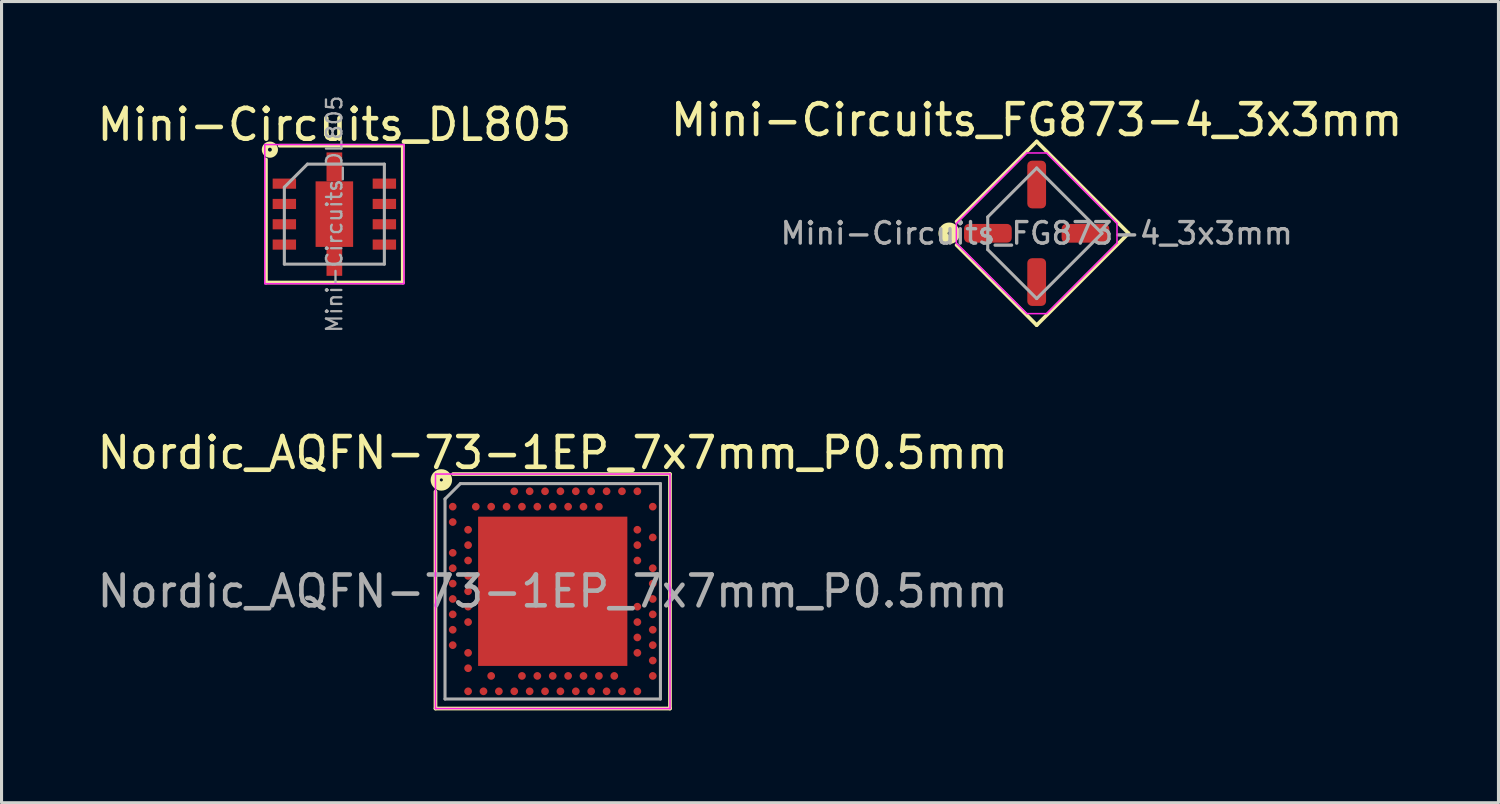
<source format=kicad_pcb>
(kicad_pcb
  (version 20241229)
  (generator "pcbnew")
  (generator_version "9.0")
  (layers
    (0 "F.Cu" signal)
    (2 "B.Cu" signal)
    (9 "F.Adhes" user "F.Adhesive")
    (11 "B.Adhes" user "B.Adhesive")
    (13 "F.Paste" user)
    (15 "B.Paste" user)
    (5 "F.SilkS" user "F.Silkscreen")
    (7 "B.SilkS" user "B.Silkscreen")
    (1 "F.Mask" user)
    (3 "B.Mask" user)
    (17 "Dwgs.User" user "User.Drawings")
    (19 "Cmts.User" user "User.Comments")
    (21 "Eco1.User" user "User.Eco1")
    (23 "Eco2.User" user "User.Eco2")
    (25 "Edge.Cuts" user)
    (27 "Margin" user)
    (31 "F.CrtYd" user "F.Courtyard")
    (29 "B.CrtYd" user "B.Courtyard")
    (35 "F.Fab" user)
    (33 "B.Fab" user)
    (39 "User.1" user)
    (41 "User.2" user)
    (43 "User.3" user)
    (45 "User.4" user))
  (footprint "Mini-Circuits_DL805"
    (layer "F.Cu")
    (at 7.815 3.908)
    (property "Reference" "Mini-Circuits_DL805" (at 0 -2.907 0) (layer "F.SilkS") (effects (font (size 1 1) (thickness 0.15))))
    (attr smd)
    (fp_line (start -2.223 2.223) (end -2.223 -1.778) (stroke (width 0.12) (type solid)) (layer "F.SilkS"))
    (fp_line (start -1.778 -2.223) (end 2.223 -2.223) (stroke (width 0.12) (type solid)) (layer "F.SilkS"))
    (fp_line (start 2.223 -2.223) (end 2.223 2.223) (stroke (width 0.12) (type solid)) (layer "F.SilkS"))
    (fp_line (start 2.223 2.223) (end -2.223 2.223) (stroke (width 0.12) (type solid)) (layer "F.SilkS"))
    (fp_circle (center -2.095 -2.095) (end -2.032 -2.095) (stroke (width 0.2) (type solid)) (fill no) (layer "F.SilkS"))
    (fp_line (start -2.26 -2.26) (end -2.26 2.26) (stroke (width 0.05) (type solid)) (layer "F.CrtYd"))
    (fp_line (start -2.26 2.26) (end 2.26 2.26) (stroke (width 0.05) (type solid)) (layer "F.CrtYd"))
    (fp_line (start 2.26 -2.26) (end -2.26 -2.26) (stroke (width 0.05) (type solid)) (layer "F.CrtYd"))
    (fp_line (start 2.26 2.26) (end 2.26 -2.26) (stroke (width 0.05) (type solid)) (layer "F.CrtYd"))
    (fp_line (start -1.625 -0.875) (end -0.875 -1.625) (stroke (width 0.1) (type solid)) (layer "F.Fab"))
    (fp_line (start -1.625 1.625) (end -1.625 -0.875) (stroke (width 0.1) (type solid)) (layer "F.Fab"))
    (fp_line (start -0.875 -1.625) (end 1.625 -1.625) (stroke (width 0.1) (type solid)) (layer "F.Fab"))
    (fp_line (start 1.625 -1.625) (end 1.625 1.625) (stroke (width 0.1) (type solid)) (layer "F.Fab"))
    (fp_line (start 1.625 1.625) (end -1.625 1.625) (stroke (width 0.1) (type solid)) (layer "F.Fab"))
    (fp_text user "${REFERENCE}" (at 0 0 270) (layer "F.Fab") (effects (font (size 0.5 0.5) (thickness 0.075))))
    (pad "1" smd rect (at -1.625 -0.99 270) (size 0.33 0.76) (layers "F.Cu" "F.Mask" "F.Paste"))
    (pad "2" smd rect (at -1.625 -0.33 270) (size 0.33 0.76) (layers "F.Cu" "F.Mask" "F.Paste"))
    (pad "3" smd rect (at -1.625 0.33 270) (size 0.33 0.76) (layers "F.Cu" "F.Mask" "F.Paste"))
    (pad "4" smd rect (at -1.625 0.99 270) (size 0.33 0.76) (layers "F.Cu" "F.Mask" "F.Paste"))
    (pad "5" smd rect (at 1.625 0.99 270) (size 0.33 0.76) (layers "F.Cu" "F.Mask" "F.Paste"))
    (pad "6" smd rect (at 1.625 0.33 270) (size 0.33 0.76) (layers "F.Cu" "F.Mask" "F.Paste"))
    (pad "7" smd rect (at 1.625 -0.33 270) (size 0.33 0.76) (layers "F.Cu" "F.Mask" "F.Paste"))
    (pad "8" smd rect (at 1.625 -0.99 270) (size 0.33 0.76) (layers "F.Cu" "F.Mask" "F.Paste"))
    (pad "9" smd rect (at 0 -1.535 270) (size 0.94 0.51) (layers "F.Cu" "F.Mask" "F.Paste"))
    (pad "9" smd rect (at 0 0 270) (size 2.13 1.22) (layers "F.Cu" "F.Mask" "F.Paste"))
    (pad "9" smd rect (at 0 1.535 270) (size 0.94 0.51) (layers "F.Cu" "F.Mask" "F.Paste")))
  (footprint "Mini-Circuits_FG873-4_3x3mm"
    (layer "F.Cu")
    (at 30.637 4.531)
    (property "Reference" "Mini-Circuits_FG873-4_3x3mm" (at 0 -3.683 0) (layer "F.SilkS") (effects (font (size 1 1) (thickness 0.15))))
    (attr smd)
    (fp_line (start -2.603 0.381) (end 0 2.985) (stroke (width 0.12) (type solid)) (layer "F.SilkS"))
    (fp_line (start 0 -2.985) (end -2.603 -0.381) (stroke (width 0.12) (type solid)) (layer "F.SilkS"))
    (fp_line (start 0 2.985) (end 2.985 0) (stroke (width 0.12) (type solid)) (layer "F.SilkS"))
    (fp_line (start 2.985 0) (end 0 -2.985) (stroke (width 0.12) (type solid)) (layer "F.SilkS"))
    (fp_circle (center -2.844 0) (end -2.794 0) (stroke (width 0.3) (type solid)) (fill no) (layer "F.SilkS"))
    (fp_line (start -2.61 -0.32) (end -2.61 0.32) (stroke (width 0.05) (type solid)) (layer "F.CrtYd"))
    (fp_line (start -2.61 -0.32) (end -0.32 -2.61) (stroke (width 0.05) (type solid)) (layer "F.CrtYd"))
    (fp_line (start -2.61 0.32) (end -0.32 2.61) (stroke (width 0.05) (type solid)) (layer "F.CrtYd"))
    (fp_line (start 0.32 -2.61) (end -0.32 -2.61) (stroke (width 0.05) (type solid)) (layer "F.CrtYd"))
    (fp_line (start 0.32 2.61) (end -0.32 2.61) (stroke (width 0.05) (type solid)) (layer "F.CrtYd"))
    (fp_line (start 2.61 -0.32) (end 0.32 -2.61) (stroke (width 0.05) (type solid)) (layer "F.CrtYd"))
    (fp_line (start 2.61 -0.32) (end 2.61 0.32) (stroke (width 0.05) (type solid)) (layer "F.CrtYd"))
    (fp_line (start 2.61 0.32) (end 0.32 2.61) (stroke (width 0.05) (type solid)) (layer "F.CrtYd"))
    (fp_line (start -1.591 -0.53) (end 0 -2.121) (stroke (width 0.1) (type solid)) (layer "F.Fab"))
    (fp_line (start -1.591 0.53) (end -1.591 -0.53) (stroke (width 0.1) (type solid)) (layer "F.Fab"))
    (fp_line (start -1.591 0.53) (end 0 2.121) (stroke (width 0.1) (type solid)) (layer "F.Fab"))
    (fp_line (start 2.121 0) (end 0 -2.121) (stroke (width 0.1) (type solid)) (layer "F.Fab"))
    (fp_line (start 2.121 0) (end 0 2.121) (stroke (width 0.1) (type solid)) (layer "F.Fab"))
    (fp_text user "${REFERENCE}" (at 0 0 0) (layer "F.Fab") (effects (font (size 0.7 0.7) (thickness 0.11))))
    (pad "1" smd roundrect (at -1.585 0) (size 1.55 0.61) (layers "F.Cu" "F.Mask" "F.Paste") (roundrect_rratio 0.25))
    (pad "2" smd roundrect (at 0 1.585) (size 0.61 1.55) (layers "F.Cu" "F.Mask" "F.Paste") (roundrect_rratio 0.25))
    (pad "3" smd roundrect (at 1.585 0) (size 1.55 0.61) (layers "F.Cu" "F.Mask" "F.Paste") (roundrect_rratio 0.25))
    (pad "4" smd roundrect (at 0 -1.585) (size 0.61 1.55) (layers "F.Cu" "F.Mask" "F.Paste") (roundrect_rratio 0.25)))
  (footprint "Nordic_AQFN-73-1EP_7x7mm_P0.5mm"
    (layer "F.Cu")
    (at 14.911 16.164)
    (property "Reference" "Nordic_AQFN-73-1EP_7x7mm_P0.5mm" (at 0 -4.5 0) (layer "F.SilkS") (effects (font (size 1 1) (thickness 0.15))))
    (attr smd)
    (fp_line (start -3.81 3.81) (end -3.81 -3.239) (stroke (width 0.12) (type solid)) (layer "F.SilkS"))
    (fp_line (start -3.239 -3.81) (end 3.81 -3.81) (stroke (width 0.12) (type solid)) (layer "F.SilkS"))
    (fp_line (start 3.81 -3.81) (end 3.81 3.81) (stroke (width 0.12) (type solid)) (layer "F.SilkS"))
    (fp_line (start 3.81 3.81) (end -3.81 3.81) (stroke (width 0.12) (type solid)) (layer "F.SilkS"))
    (fp_circle (center -3.619 -3.619) (end -3.57 -3.619) (stroke (width 0.3) (type solid)) (fill no) (layer "F.SilkS"))
    (fp_line (start -3.81 -3.81) (end 3.81 -3.81) (stroke (width 0.05) (type solid)) (layer "F.CrtYd"))
    (fp_line (start -3.81 3.81) (end -3.81 -3.81) (stroke (width 0.05) (type solid)) (layer "F.CrtYd"))
    (fp_line (start 3.81 -3.81) (end 3.81 3.81) (stroke (width 0.05) (type solid)) (layer "F.CrtYd"))
    (fp_line (start 3.81 3.81) (end -3.81 3.81) (stroke (width 0.05) (type solid)) (layer "F.CrtYd"))
    (fp_line (start -3.5 -3) (end -3.5 3.5) (stroke (width 0.1) (type solid)) (layer "F.Fab"))
    (fp_line (start -3.5 -3) (end -3 -3.5) (stroke (width 0.1) (type solid)) (layer "F.Fab"))
    (fp_line (start -3.5 3.5) (end 3.5 3.5) (stroke (width 0.1) (type solid)) (layer "F.Fab"))
    (fp_line (start -3 -3.5) (end 3.5 -3.5) (stroke (width 0.1) (type solid)) (layer "F.Fab"))
    (fp_line (start 3.5 -3.5) (end 3.5 3.5) (stroke (width 0.1) (type solid)) (layer "F.Fab"))
    (fp_text user "${REFERENCE}" (at 0 0 0) (layer "F.Fab") (effects (font (size 1 1) (thickness 0.15))))
    (pad "" smd rect (at -1.212 -1.212 180) (size 2 2) (layers "F.Paste"))
    (pad "" smd rect (at -1.212 1.212 180) (size 2 2) (layers "F.Paste"))
    (pad "" smd rect (at 1.212 -1.212 180) (size 2 2) (layers "F.Paste"))
    (pad "" smd rect (at 1.212 1.212 180) (size 2 2) (layers "F.Paste"))
    (pad "A8" smd circle (at -1.25 -3.25 180) (size 0.25 0.25) (layers "F.Cu" "F.Mask" "F.Paste"))
    (pad "A10" smd circle (at -0.75 -3.25 180) (size 0.25 0.25) (layers "F.Cu" "F.Mask" "F.Paste"))
    (pad "A12" smd circle (at -0.25 -3.25 180) (size 0.25 0.25) (layers "F.Cu" "F.Mask" "F.Paste"))
    (pad "A14" smd circle (at 0.25 -3.25 180) (size 0.25 0.25) (layers "F.Cu" "F.Mask" "F.Paste"))
    (pad "A16" smd circle (at 0.75 -3.25 180) (size 0.25 0.25) (layers "F.Cu" "F.Mask" "F.Paste"))
    (pad "A18" smd circle (at 1.25 -3.25 180) (size 0.25 0.25) (layers "F.Cu" "F.Mask" "F.Paste"))
    (pad "A20" smd circle (at 1.75 -3.25 180) (size 0.25 0.25) (layers "F.Cu" "F.Mask" "F.Paste"))
    (pad "A22" smd circle (at 2.25 -3.25 180) (size 0.25 0.25) (layers "F.Cu" "F.Mask" "F.Paste"))
    (pad "A23" smd circle (at 2.75 -3.25 180) (size 0.25 0.25) (layers "F.Cu" "F.Mask" "F.Paste"))
    (pad "AA24" smd circle (at 3.25 2.25 180) (size 0.25 0.25) (layers "F.Cu" "F.Mask" "F.Paste"))
    (pad "AB2" smd circle (at -2.75 2.5 180) (size 0.25 0.25) (layers "F.Cu" "F.Mask" "F.Paste"))
    (pad "AC5" smd circle (at -2 2.75 180) (size 0.25 0.25) (layers "F.Cu" "F.Mask" "F.Paste"))
    (pad "AC9" smd circle (at -1 2.75 180) (size 0.25 0.25) (layers "F.Cu" "F.Mask" "F.Paste"))
    (pad "AC11" smd circle (at -0.5 2.75 180) (size 0.25 0.25) (layers "F.Cu" "F.Mask" "F.Paste"))
    (pad "AC13" smd circle (at 0 2.75 180) (size 0.25 0.25) (layers "F.Cu" "F.Mask" "F.Paste"))
    (pad "AC15" smd circle (at 0.5 2.75 180) (size 0.25 0.25) (layers "F.Cu" "F.Mask" "F.Paste"))
    (pad "AC17" smd circle (at 1 2.75 180) (size 0.25 0.25) (layers "F.Cu" "F.Mask" "F.Paste"))
    (pad "AC19" smd circle (at 1.5 2.75 180) (size 0.25 0.25) (layers "F.Cu" "F.Mask" "F.Paste"))
    (pad "AC21" smd circle (at 2 2.75 180) (size 0.25 0.25) (layers "F.Cu" "F.Mask" "F.Paste"))
    (pad "AC24" smd circle (at 3.25 2.75 180) (size 0.25 0.25) (layers "F.Cu" "F.Mask" "F.Paste"))
    (pad "AD2" smd circle (at -2.75 3.25 180) (size 0.25 0.25) (layers "F.Cu" "F.Mask" "F.Paste"))
    (pad "AD4" smd circle (at -2.25 3.25 180) (size 0.25 0.25) (layers "F.Cu" "F.Mask" "F.Paste"))
    (pad "AD6" smd circle (at -1.75 3.25 180) (size 0.25 0.25) (layers "F.Cu" "F.Mask" "F.Paste"))
    (pad "AD8" smd circle (at -1.25 3.25 180) (size 0.25 0.25) (layers "F.Cu" "F.Mask" "F.Paste"))
    (pad "AD10" smd circle (at -0.75 3.25 180) (size 0.25 0.25) (layers "F.Cu" "F.Mask" "F.Paste"))
    (pad "AD12" smd circle (at -0.25 3.25 180) (size 0.25 0.25) (layers "F.Cu" "F.Mask" "F.Paste"))
    (pad "AD14" smd circle (at 0.25 3.25 180) (size 0.25 0.25) (layers "F.Cu" "F.Mask" "F.Paste"))
    (pad "AD16" smd circle (at 0.75 3.25 180) (size 0.25 0.25) (layers "F.Cu" "F.Mask" "F.Paste"))
    (pad "AD18" smd circle (at 1.25 3.25 180) (size 0.25 0.25) (layers "F.Cu" "F.Mask" "F.Paste"))
    (pad "AD20" smd circle (at 1.75 3.25 180) (size 0.25 0.25) (layers "F.Cu" "F.Mask" "F.Paste"))
    (pad "AD22" smd circle (at 2.25 3.25 180) (size 0.25 0.25) (layers "F.Cu" "F.Mask" "F.Paste"))
    (pad "AD23" smd circle (at 2.75 3.25 180) (size 0.25 0.25) (layers "F.Cu" "F.Mask" "F.Paste"))
    (pad "B1" smd circle (at -3.25 -2.75 180) (size 0.25 0.25) (layers "F.Cu" "F.Mask" "F.Paste"))
    (pad "B3" smd circle (at -2.5 -2.75 180) (size 0.25 0.25) (layers "F.Cu" "F.Mask" "F.Paste"))
    (pad "B5" smd circle (at -2 -2.75 180) (size 0.25 0.25) (layers "F.Cu" "F.Mask" "F.Paste"))
    (pad "B7" smd circle (at -1.5 -2.75 180) (size 0.25 0.25) (layers "F.Cu" "F.Mask" "F.Paste"))
    (pad "B9" smd circle (at -1 -2.75 180) (size 0.25 0.25) (layers "F.Cu" "F.Mask" "F.Paste"))
    (pad "B11" smd circle (at -0.5 -2.75 180) (size 0.25 0.25) (layers "F.Cu" "F.Mask" "F.Paste"))
    (pad "B13" smd circle (at 0 -2.75 180) (size 0.25 0.25) (layers "F.Cu" "F.Mask" "F.Paste"))
    (pad "B15" smd circle (at 0.5 -2.75 180) (size 0.25 0.25) (layers "F.Cu" "F.Mask" "F.Paste"))
    (pad "B17" smd circle (at 1 -2.75 180) (size 0.25 0.25) (layers "F.Cu" "F.Mask" "F.Paste"))
    (pad "B19" smd circle (at 1.5 -2.75 180) (size 0.25 0.25) (layers "F.Cu" "F.Mask" "F.Paste"))
    (pad "B24" smd circle (at 3.25 -2.75 180) (size 0.25 0.25) (layers "F.Cu" "F.Mask" "F.Paste"))
    (pad "C1" smd circle (at -3.25 -2.25 180) (size 0.25 0.25) (layers "F.Cu" "F.Mask" "F.Paste"))
    (pad "D2" smd circle (at -2.75 -2 180) (size 0.25 0.25) (layers "F.Cu" "F.Mask" "F.Paste"))
    (pad "D23" smd circle (at 2.75 -2 180) (size 0.25 0.25) (layers "F.Cu" "F.Mask" "F.Paste"))
    (pad "E24" smd circle (at 3.25 -1.75 180) (size 0.25 0.25) (layers "F.Cu" "F.Mask" "F.Paste"))
    (pad "EP" smd rect (at 0 0 180) (size 4.85 4.85) (layers "F.Cu" "F.Mask"))
    (pad "F2" smd circle (at -2.75 -1.5 180) (size 0.25 0.25) (layers "F.Cu" "F.Mask" "F.Paste"))
    (pad "F23" smd circle (at 2.75 -1.5 180) (size 0.25 0.25) (layers "F.Cu" "F.Mask" "F.Paste"))
    (pad "G1" smd circle (at -3.25 -1.25 180) (size 0.25 0.25) (layers "F.Cu" "F.Mask" "F.Paste"))
    (pad "H2" smd circle (at -2.75 -1 180) (size 0.25 0.25) (layers "F.Cu" "F.Mask" "F.Paste"))
    (pad "H23" smd circle (at 2.75 -1 180) (size 0.25 0.25) (layers "F.Cu" "F.Mask" "F.Paste"))
    (pad "J1" smd circle (at -3.25 -0.75 180) (size 0.25 0.25) (layers "F.Cu" "F.Mask" "F.Paste"))
    (pad "J24" smd circle (at 3.25 -0.75 180) (size 0.25 0.25) (layers "F.Cu" "F.Mask" "F.Paste"))
    (pad "K2" smd circle (at -2.75 -0.5 180) (size 0.25 0.25) (layers "F.Cu" "F.Mask" "F.Paste"))
    (pad "L1" smd circle (at -3.25 -0.25 180) (size 0.25 0.25) (layers "F.Cu" "F.Mask" "F.Paste"))
    (pad "L24" smd circle (at 3.25 -0.25 180) (size 0.25 0.25) (layers "F.Cu" "F.Mask" "F.Paste"))
    (pad "M2" smd circle (at -2.75 0 180) (size 0.25 0.25) (layers "F.Cu" "F.Mask" "F.Paste"))
    (pad "N1" smd circle (at -3.25 0.25 180) (size 0.25 0.25) (layers "F.Cu" "F.Mask" "F.Paste"))
    (pad "N24" smd circle (at 3.25 0.25 180) (size 0.25 0.25) (layers "F.Cu" "F.Mask" "F.Paste"))
    (pad "P2" smd circle (at -2.75 0.5 180) (size 0.25 0.25) (layers "F.Cu" "F.Mask" "F.Paste"))
    (pad "P23" smd circle (at 2.75 0.5 180) (size 0.25 0.25) (layers "F.Cu" "F.Mask" "F.Paste"))
    (pad "R1" smd circle (at -3.25 0.75 180) (size 0.25 0.25) (layers "F.Cu" "F.Mask" "F.Paste"))
    (pad "R24" smd circle (at 3.25 0.75 180) (size 0.25 0.25) (layers "F.Cu" "F.Mask" "F.Paste"))
    (pad "T2" smd circle (at -2.75 1 180) (size 0.25 0.25) (layers "F.Cu" "F.Mask" "F.Paste"))
    (pad "T23" smd circle (at 2.75 1 180) (size 0.25 0.25) (layers "F.Cu" "F.Mask" "F.Paste"))
    (pad "U1" smd circle (at -3.25 1.25 180) (size 0.25 0.25) (layers "F.Cu" "F.Mask" "F.Paste"))
    (pad "U24" smd circle (at 3.25 1.25 180) (size 0.25 0.25) (layers "F.Cu" "F.Mask" "F.Paste"))
    (pad "V23" smd circle (at 2.75 1.5 180) (size 0.25 0.25) (layers "F.Cu" "F.Mask" "F.Paste"))
    (pad "W1" smd circle (at -3.25 1.75 180) (size 0.25 0.25) (layers "F.Cu" "F.Mask" "F.Paste"))
    (pad "W24" smd circle (at 3.25 1.75 180) (size 0.25 0.25) (layers "F.Cu" "F.Mask" "F.Paste"))
    (pad "Y2" smd circle (at -2.75 2 180) (size 0.25 0.25) (layers "F.Cu" "F.Mask" "F.Paste"))
    (pad "Y23" smd circle (at 2.75 2 180) (size 0.25 0.25) (layers "F.Cu" "F.Mask" "F.Paste")))
  (gr_rect
    (start -3 -3)
    (end 45.643 23.034)
    (stroke (width 0.1) (type default))
    (fill no)
    (layer "Edge.Cuts")))
</source>
